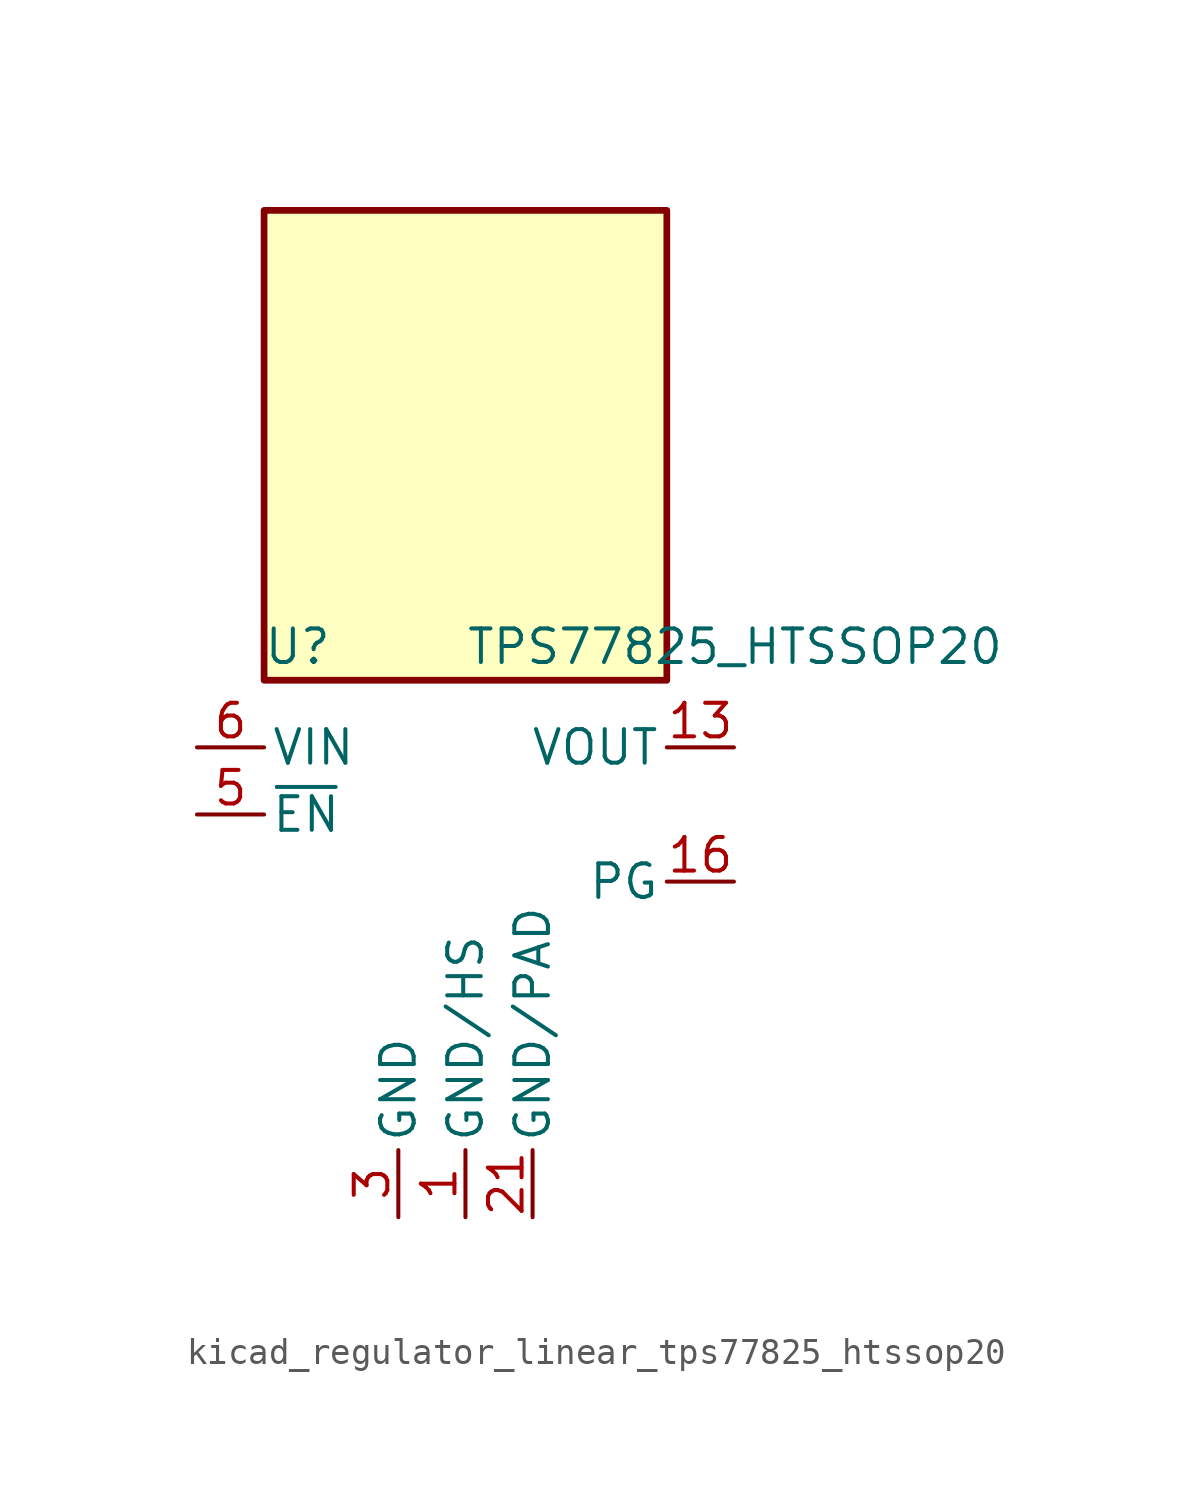
<source format=kicad_sym>
(kicad_symbol_lib
  (version 20220914)
  (generator kicad_symbol_editor)
  (symbol "kicad_regulator_linear_tps77825_htssop20"
    (pin_names
      (offset 0.254))
    (property "Reference" "U"
      (at -6.35 8.89 0)
      (effects (font (size 1.27 1.27))))
    (property "Value" "TPS77825_HTSSOP20"
      (at 0 8.89 0)
      (effects (font (size 1.27 1.27)) (justify left)))
    (symbol "kicad_regulator_linear_tps77825_htssop20_0_1"
      (rectangle (start 7.62 25.4) (end -7.62 7.62) (stroke (width 0.254) (type default)) (fill (type background))))
    (symbol "kicad_regulator_linear_tps77825_htssop20_1_1"
      (pin power_in line (at 0 -12.7 90) (length 2.54) (name "GND/HS" (effects (font (size 1.27 1.27)))) (number "1" (effects (font (size 1.27 1.27)))))
      (pin passive line (at 0 -12.7 90) (length 2.54) hide (name "GND/HS" (effects (font (size 1.27 1.27)))) (number "10" (effects (font (size 1.27 1.27)))))
      (pin passive line (at 0 -12.7 90) (length 2.54) hide (name "GND/HS" (effects (font (size 1.27 1.27)))) (number "11" (effects (font (size 1.27 1.27)))))
      (pin passive line (at 0 -12.7 90) (length 2.54) hide (name "GND/HS" (effects (font (size 1.27 1.27)))) (number "12" (effects (font (size 1.27 1.27)))))
      (pin power_out line (at 10.16 5.08 180) (length 2.54) (name "VOUT" (effects (font (size 1.27 1.27)))) (number "13" (effects (font (size 1.27 1.27)))))
      (pin passive line (at 10.16 5.08 180) (length 2.54) hide (name "VOUT" (effects (font (size 1.27 1.27)))) (number "14" (effects (font (size 1.27 1.27)))))
      (pin no_connect line (at 7.62 2.54 180) (length 2.54) hide (name "NC" (effects (font (size 1.27 1.27)))) (number "15" (effects (font (size 1.27 1.27)))))
      (pin open_collector line (at 10.16 0 180) (length 2.54) (name "PG" (effects (font (size 1.27 1.27)))) (number "16" (effects (font (size 1.27 1.27)))))
      (pin no_connect line (at 7.62 -2.54 180) (length 2.54) hide (name "NC" (effects (font (size 1.27 1.27)))) (number "17" (effects (font (size 1.27 1.27)))))
      (pin no_connect line (at 7.62 -5.08 180) (length 2.54) hide (name "NC" (effects (font (size 1.27 1.27)))) (number "18" (effects (font (size 1.27 1.27)))))
      (pin passive line (at 0 -12.7 90) (length 2.54) hide (name "GND/HS" (effects (font (size 1.27 1.27)))) (number "19" (effects (font (size 1.27 1.27)))))
      (pin passive line (at 0 -12.7 90) (length 2.54) hide (name "GND/HS" (effects (font (size 1.27 1.27)))) (number "2" (effects (font (size 1.27 1.27)))))
      (pin passive line (at 0 -12.7 90) (length 2.54) hide (name "GND/HS" (effects (font (size 1.27 1.27)))) (number "20" (effects (font (size 1.27 1.27)))))
      (pin power_in line (at 2.54 -12.7 90) (length 2.54) (name "GND/PAD" (effects (font (size 1.27 1.27)))) (number "21" (effects (font (size 1.27 1.27)))))
      (pin power_in line (at -2.54 -12.7 90) (length 2.54) (name "GND" (effects (font (size 1.27 1.27)))) (number "3" (effects (font (size 1.27 1.27)))))
      (pin no_connect line (at -7.62 0 0) (length 2.54) hide (name "NC" (effects (font (size 1.27 1.27)))) (number "4" (effects (font (size 1.27 1.27)))))
      (pin input line (at -10.16 2.54 0) (length 2.54) (name "~{EN}" (effects (font (size 1.27 1.27)))) (number "5" (effects (font (size 1.27 1.27)))))
      (pin power_in line (at -10.16 5.08 0) (length 2.54) (name "VIN" (effects (font (size 1.27 1.27)))) (number "6" (effects (font (size 1.27 1.27)))))
      (pin passive line (at -10.16 5.08 0) (length 2.54) hide (name "VIN" (effects (font (size 1.27 1.27)))) (number "7" (effects (font (size 1.27 1.27)))))
      (pin no_connect line (at -7.62 -2.54 0) (length 2.54) hide (name "NC" (effects (font (size 1.27 1.27)))) (number "8" (effects (font (size 1.27 1.27)))))
      (pin passive line (at 0 -12.7 90) (length 2.54) hide (name "GND/HS" (effects (font (size 1.27 1.27)))) (number "9" (effects (font (size 1.27 1.27))))))))
</source>
